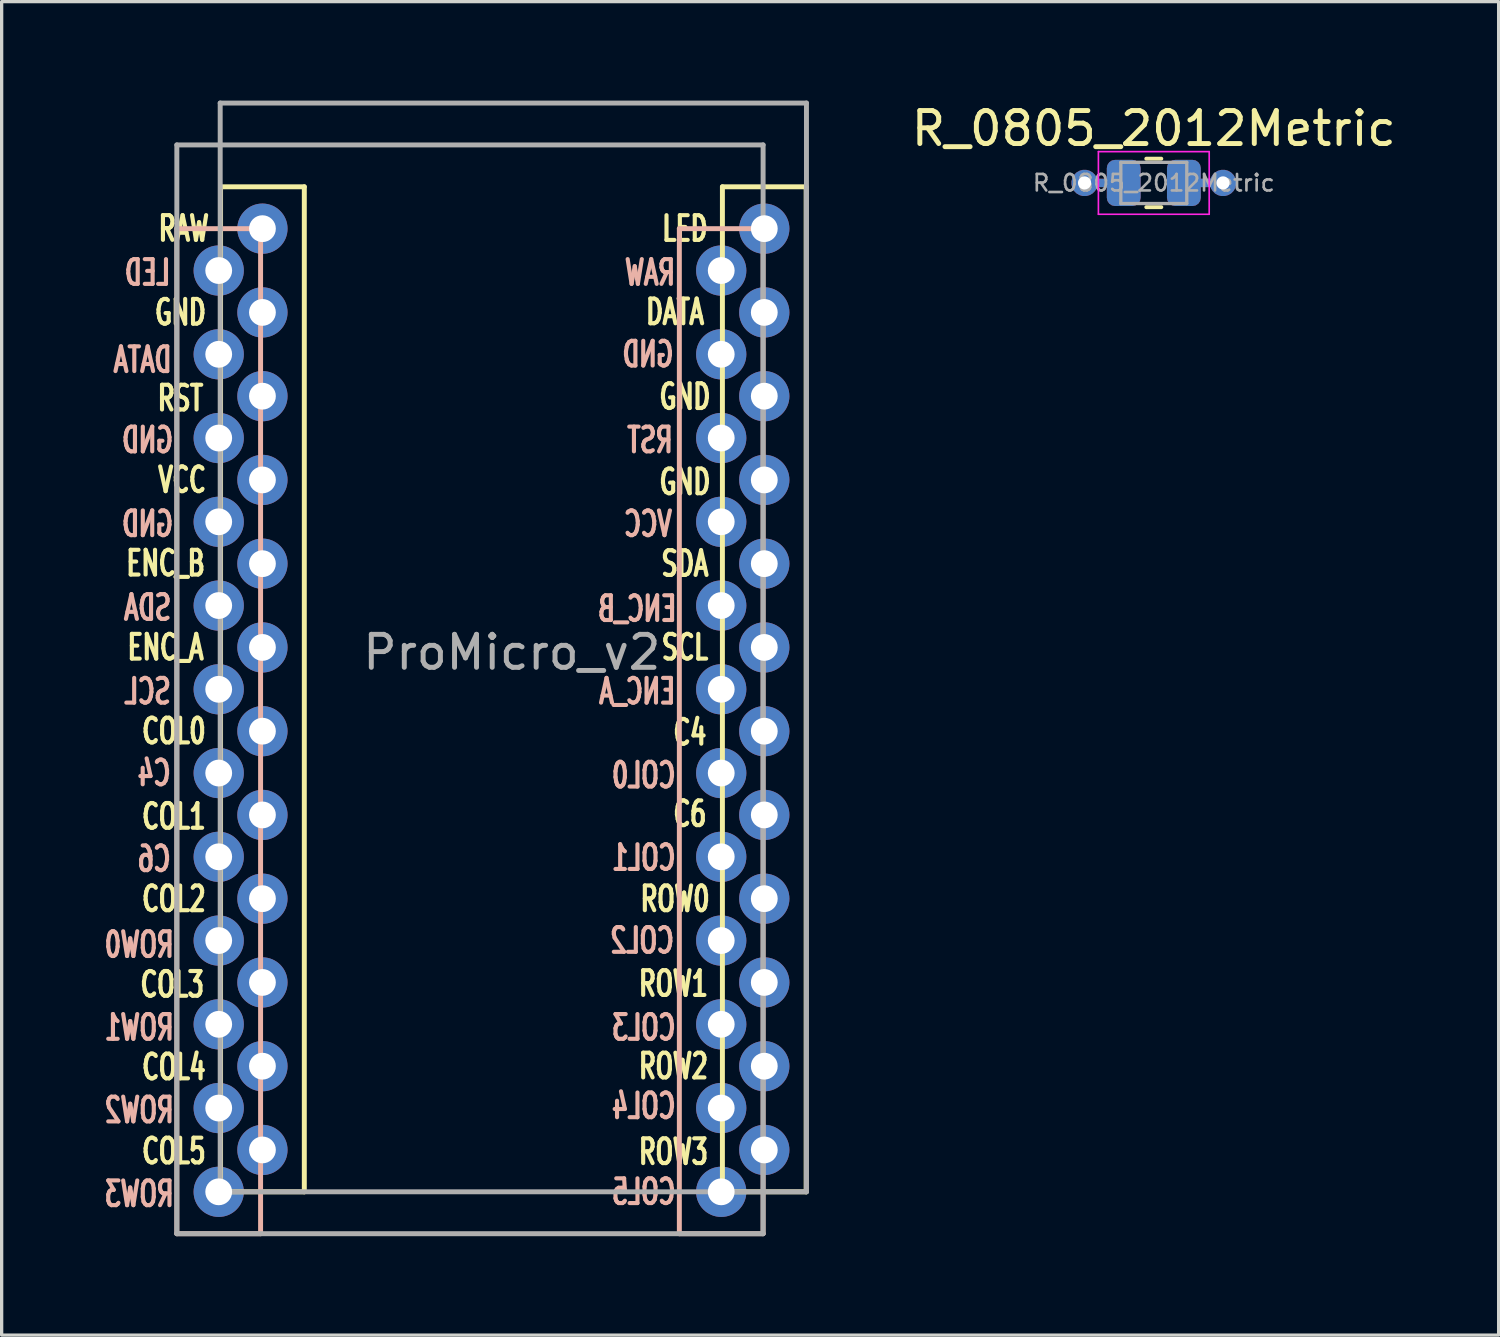
<source format=kicad_pcb>
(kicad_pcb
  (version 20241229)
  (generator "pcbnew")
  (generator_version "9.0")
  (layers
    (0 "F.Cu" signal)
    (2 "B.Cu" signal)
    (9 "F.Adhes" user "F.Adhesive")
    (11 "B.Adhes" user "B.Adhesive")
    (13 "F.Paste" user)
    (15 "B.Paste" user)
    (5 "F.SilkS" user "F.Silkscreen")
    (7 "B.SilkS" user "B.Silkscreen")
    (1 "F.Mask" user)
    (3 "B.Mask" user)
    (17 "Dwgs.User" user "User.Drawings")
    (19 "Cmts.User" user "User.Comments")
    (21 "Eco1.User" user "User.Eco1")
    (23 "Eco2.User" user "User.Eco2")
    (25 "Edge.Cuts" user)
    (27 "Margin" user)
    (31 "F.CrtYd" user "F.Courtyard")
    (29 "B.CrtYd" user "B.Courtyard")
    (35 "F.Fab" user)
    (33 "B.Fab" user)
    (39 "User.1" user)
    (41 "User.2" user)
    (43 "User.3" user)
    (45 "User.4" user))
  (footprint "R_0805_2012Metric"
    (layer "F.Cu")
    (at 31.942 2.498)
    (property "Reference" "R_0805_2012Metric" (at 0 -1.65 0) (layer "F.SilkS") (effects (font (size 1 1) (thickness 0.15))))
    (attr smd)
    (fp_line (start -0.227 -0.735) (end 0.227 -0.735) (stroke (width 0.12) (type solid)) (layer "F.SilkS"))
    (fp_line (start -0.227 0.735) (end 0.227 0.735) (stroke (width 0.12) (type solid)) (layer "F.SilkS"))
    (fp_line (start -1.68 -0.95) (end 1.68 -0.95) (stroke (width 0.05) (type solid)) (layer "F.CrtYd"))
    (fp_line (start -1.68 0.95) (end -1.68 -0.95) (stroke (width 0.05) (type solid)) (layer "F.CrtYd"))
    (fp_line (start 1.68 -0.95) (end 1.68 0.95) (stroke (width 0.05) (type solid)) (layer "F.CrtYd"))
    (fp_line (start 1.68 0.95) (end -1.68 0.95) (stroke (width 0.05) (type solid)) (layer "F.CrtYd"))
    (fp_line (start -1 -0.625) (end 1 -0.625) (stroke (width 0.1) (type solid)) (layer "F.Fab"))
    (fp_line (start -1 0.625) (end -1 -0.625) (stroke (width 0.1) (type solid)) (layer "F.Fab"))
    (fp_line (start 1 -0.625) (end 1 0.625) (stroke (width 0.1) (type solid)) (layer "F.Fab"))
    (fp_line (start 1 0.625) (end -1 0.625) (stroke (width 0.1) (type solid)) (layer "F.Fab"))
    (fp_text user "${REFERENCE}" (at 0 0 0) (layer "F.Fab") (effects (font (size 0.5 0.5) (thickness 0.08))))
    (pad "1" thru_hole custom (at -2.1 0) (size 0.8 0.8) (drill 0.4) (layers "*.Cu") (options (anchor circle)) (primitives (gr_line (start 1.188 0) (end 0 0) (width 0.254))))
    (pad "1" connect roundrect (at -0.912 0) (size 1.025 1.4) (layers "F.Cu" "F.Mask") (roundrect_rratio 0.244))
    (pad "1" smd roundrect (at -0.912 0) (size 1.025 1.4) (layers "B.Cu" "B.Mask" "B.Paste") (roundrect_rratio 0.244))
    (pad "2" smd roundrect (at 0.912 0) (size 1.025 1.4) (layers "F.Cu" "F.Mask" "F.Paste") (roundrect_rratio 0.244))
    (pad "2" smd roundrect (at 0.912 0) (size 1.025 1.4) (layers "B.Cu" "B.Mask" "B.Paste") (roundrect_rratio 0.244))
    (pad "2" thru_hole custom (at 2.1 0) (size 0.8 0.8) (drill 0.4) (layers "*.Cu") (options (anchor circle)) (primitives (gr_line (start -1.188 0) (end 0 0) (width 0.254)))))
  (footprint "ProMicro_v2"
    (layer "F.Cu")
    (at 12.473 18.363)
    (property "Reference" "ProMicro_v2" (at 0 -1.63 0) (layer "F.Fab") (effects (font (size 1 1) (thickness 0.15))))
    (attr through_hole)
    (fp_line (start -8.834 -15.748) (end -6.294 -15.748) (stroke (width 0.15) (type solid)) (layer "F.SilkS"))
    (fp_line (start -8.834 14.732) (end -8.834 -15.748) (stroke (width 0.15) (type solid)) (layer "F.SilkS"))
    (fp_line (start -6.294 -15.748) (end -6.294 14.732) (stroke (width 0.15) (type solid)) (layer "F.SilkS"))
    (fp_line (start -6.294 14.732) (end -8.834 14.732) (stroke (width 0.15) (type solid)) (layer "F.SilkS"))
    (fp_line (start 6.386 -15.748) (end 8.926 -15.748) (stroke (width 0.15) (type solid)) (layer "F.SilkS"))
    (fp_line (start 6.386 14.732) (end 6.386 -15.748) (stroke (width 0.15) (type solid)) (layer "F.SilkS"))
    (fp_line (start 8.926 -15.748) (end 8.926 14.732) (stroke (width 0.15) (type solid)) (layer "F.SilkS"))
    (fp_line (start 8.926 14.732) (end 6.386 14.732) (stroke (width 0.15) (type solid)) (layer "F.SilkS"))
    (fp_line (start -10.16 -14.478) (end -7.62 -14.478) (stroke (width 0.15) (type solid)) (layer "B.SilkS"))
    (fp_line (start -10.16 16.002) (end -10.16 -14.478) (stroke (width 0.15) (type solid)) (layer "B.SilkS"))
    (fp_line (start -7.62 -14.478) (end -7.62 16.002) (stroke (width 0.15) (type solid)) (layer "B.SilkS"))
    (fp_line (start -7.62 16.002) (end -10.16 16.002) (stroke (width 0.15) (type solid)) (layer "B.SilkS"))
    (fp_line (start 5.08 -14.478) (end 7.62 -14.478) (stroke (width 0.15) (type solid)) (layer "B.SilkS"))
    (fp_line (start 5.08 16.002) (end 5.08 -14.478) (stroke (width 0.15) (type solid)) (layer "B.SilkS"))
    (fp_line (start 7.62 -14.478) (end 7.62 16.002) (stroke (width 0.15) (type solid)) (layer "B.SilkS"))
    (fp_line (start 7.62 16.002) (end 5.08 16.002) (stroke (width 0.15) (type solid)) (layer "B.SilkS"))
    (fp_line (start -10.16 -17.018) (end 7.62 -17.018) (stroke (width 0.15) (type solid)) (layer "F.Fab"))
    (fp_line (start -10.16 16.002) (end -10.16 -17.018) (stroke (width 0.15) (type solid)) (layer "F.Fab"))
    (fp_line (start -8.845 -18.288) (end 8.935 -18.288) (stroke (width 0.15) (type solid)) (layer "F.Fab"))
    (fp_line (start -8.845 14.732) (end -8.845 -18.288) (stroke (width 0.15) (type solid)) (layer "F.Fab"))
    (fp_line (start 7.62 -17.018) (end 7.62 16.002) (stroke (width 0.15) (type solid)) (layer "F.Fab"))
    (fp_line (start 7.62 16.002) (end -10.16 16.002) (stroke (width 0.15) (type solid)) (layer "F.Fab"))
    (fp_line (start 8.935 -18.288) (end 8.935 14.732) (stroke (width 0.15) (type solid)) (layer "F.Fab"))
    (fp_line (start 8.935 14.732) (end -8.845 14.732) (stroke (width 0.15) (type solid)) (layer "F.Fab"))
    (fp_text user "ROW0" (at 4.95 5.85 0) (layer "F.SilkS") (effects (font (size 0.75 0.5) (thickness 0.125))))
    (fp_text user "ROW2" (at 4.9 10.922 0) (layer "F.SilkS") (effects (font (size 0.75 0.5) (thickness 0.125))))
    (fp_text user "GND" (at 5.25 -9.38 0) (layer "F.SilkS") (effects (font (size 0.75 0.5) (thickness 0.125))))
    (fp_text user "SCL" (at 5.25 -1.78 0) (layer "F.SilkS") (effects (font (size 0.75 0.5) (thickness 0.125))))
    (fp_text user "COL2" (at -10.25 5.85 0) (layer "F.SilkS") (effects (font (size 0.75 0.5) (thickness 0.125))))
    (fp_text user "C4" (at 5.4 0.8 0) (layer "F.SilkS") (effects (font (size 0.75 0.5) (thickness 0.125))))
    (fp_text user "C6" (at 5.4 3.27 0) (layer "F.SilkS") (effects (font (size 0.75 0.5) (thickness 0.125))))
    (fp_text user "VCC" (at -10 -6.858 0) (layer "F.SilkS") (effects (font (size 0.75 0.5) (thickness 0.125))))
    (fp_text user "GND" (at -10.05 -11.938 0) (layer "F.SilkS") (effects (font (size 0.75 0.5) (thickness 0.125))))
    (fp_text user "COL5" (at -10.25 13.5 0) (layer "F.SilkS") (effects (font (size 0.75 0.5) (thickness 0.125))))
    (fp_text user "GND" (at 5.25 -6.795 0) (layer "F.SilkS") (effects (font (size 0.75 0.5) (thickness 0.125))))
    (fp_text user "COL4" (at -10.25 10.95 0) (layer "F.SilkS") (effects (font (size 0.75 0.5) (thickness 0.125))))
    (fp_text user "DATA" (at 4.95 -11.95 0) (layer "F.SilkS") (effects (font (size 0.75 0.5) (thickness 0.125))))
    (fp_text user "ENC_B" (at -10.5 -4.33 0) (layer "F.SilkS") (effects (font (size 0.75 0.5) (thickness 0.125))))
    (fp_text user "COL1" (at -10.25 3.35 0) (layer "F.SilkS") (effects (font (size 0.75 0.5) (thickness 0.125))))
    (fp_text user "" (at -0.5 -17.25 0) (layer "F.SilkS") (effects (font (size 1 1) (thickness 0.15))))
    (fp_text user "ENC_A" (at -10.5 -1.78 0) (layer "F.SilkS") (effects (font (size 0.75 0.5) (thickness 0.125))))
    (fp_text user "LED" (at 5.25 -14.478 0) (layer "F.SilkS") (effects (font (size 0.75 0.5) (thickness 0.125))))
    (fp_text user "COL3" (at -10.3 8.445 0) (layer "F.SilkS") (effects (font (size 0.75 0.5) (thickness 0.125))))
    (fp_text user "COL0" (at -10.25 0.762 0) (layer "F.SilkS") (effects (font (size 0.75 0.5) (thickness 0.125))))
    (fp_text user "RST" (at -10.05 -9.335 0) (layer "F.SilkS") (effects (font (size 0.75 0.5) (thickness 0.125))))
    (fp_text user "ROW1" (at 4.9 8.42 0) (layer "F.SilkS") (effects (font (size 0.75 0.5) (thickness 0.125))))
    (fp_text user "ROW3" (at 4.9 13.52 0) (layer "F.SilkS") (effects (font (size 0.75 0.5) (thickness 0.125))))
    (fp_text user "RAW" (at -9.95 -14.48 0) (layer "F.SilkS") (effects (font (size 0.75 0.5) (thickness 0.125))))
    (fp_text user "SDA" (at 5.25 -4.318 0) (layer "F.SilkS") (effects (font (size 0.75 0.5) (thickness 0.125))))
    (fp_text user "COL2" (at 3.95 7.112 0) (layer "B.SilkS") (effects (font (size 0.75 0.5) (thickness 0.125)) (justify mirror)))
    (fp_text user "ROW1" (at -11.3 9.75 0) (layer "B.SilkS") (effects (font (size 0.75 0.5) (thickness 0.125)) (justify mirror)))
    (fp_text user "C4" (at -10.85 2.032 0) (layer "B.SilkS") (effects (font (size 0.75 0.5) (thickness 0.125)) (justify mirror)))
    (fp_text user "SDA" (at -11.049 -2.985 0) (layer "B.SilkS") (effects (font (size 0.75 0.5) (thickness 0.125)) (justify mirror)))
    (fp_text user "COL0" (at 4 2.1 0) (layer "B.SilkS") (effects (font (size 0.75 0.5) (thickness 0.125)) (justify mirror)))
    (fp_text user "C6" (at -10.85 4.636 0) (layer "B.SilkS") (effects (font (size 0.75 0.5) (thickness 0.125)) (justify mirror)))
    (fp_text user "COL1" (at 4 4.6 0) (layer "B.SilkS") (effects (font (size 0.75 0.5) (thickness 0.125)) (justify mirror)))
    (fp_text user "ENC_B" (at 3.8 -2.95 0) (layer "B.SilkS") (effects (font (size 0.75 0.5) (thickness 0.125)) (justify mirror)))
    (fp_text user "ROW0" (at -11.3 7.239 0) (layer "B.SilkS") (effects (font (size 0.75 0.5) (thickness 0.125)) (justify mirror)))
    (fp_text user "COL4" (at 4 12.129 0) (layer "B.SilkS") (effects (font (size 0.75 0.5) (thickness 0.125)) (justify mirror)))
    (fp_text user "ROW2" (at -11.3 12.255 0) (layer "B.SilkS") (effects (font (size 0.75 0.5) (thickness 0.125)) (justify mirror)))
    (fp_text user "VCC" (at 4.128 -5.524 0) (layer "B.SilkS") (effects (font (size 0.75 0.5) (thickness 0.125)) (justify mirror)))
    (fp_text user "COL3" (at 4 9.75 0) (layer "B.SilkS") (effects (font (size 0.75 0.5) (thickness 0.125)) (justify mirror)))
    (fp_text user "SCL" (at -11.049 -0.445 0) (layer "B.SilkS") (effects (font (size 0.75 0.5) (thickness 0.125)) (justify mirror)))
    (fp_text user "DATA" (at -11.2 -10.5 0) (layer "B.SilkS") (effects (font (size 0.75 0.5) (thickness 0.125)) (justify mirror)))
    (fp_text user "GND" (at -11.049 -5.524 0) (layer "B.SilkS") (effects (font (size 0.75 0.5) (thickness 0.125)) (justify mirror)))
    (fp_text user "ROW3" (at -11.3 14.796 0) (layer "B.SilkS") (effects (font (size 0.75 0.5) (thickness 0.125)) (justify mirror)))
    (fp_text user "GND" (at 4.128 -10.668 0) (layer "B.SilkS") (effects (font (size 0.75 0.5) (thickness 0.125)) (justify mirror)))
    (fp_text user "LED" (at -11.049 -13.145 0) (layer "B.SilkS") (effects (font (size 0.75 0.5) (thickness 0.125)) (justify mirror)))
    (fp_text user "ENC_A" (at 3.8 -0.445 0) (layer "B.SilkS") (effects (font (size 0.75 0.5) (thickness 0.125)) (justify mirror)))
    (fp_text user "RAW" (at 4.191 -13.145 0) (layer "B.SilkS") (effects (font (size 0.75 0.5) (thickness 0.125)) (justify mirror)))
    (fp_text user "COL5" (at 4 14.732 0) (layer "B.SilkS") (effects (font (size 0.75 0.5) (thickness 0.125)) (justify mirror)))
    (fp_text user "GND" (at -11.049 -8.065 0) (layer "B.SilkS") (effects (font (size 0.75 0.5) (thickness 0.125)) (justify mirror)))
    (fp_text user "" (at -1.206 -16.256 0) (layer "B.SilkS") (effects (font (size 1 1) (thickness 0.15)) (justify mirror)))
    (fp_text user "RST" (at 4.191 -8.065 0) (layer "B.SilkS") (effects (font (size 0.75 0.5) (thickness 0.125)) (justify mirror)))
    (pad "1" thru_hole circle (at -8.89 -13.208) (size 1.524 1.524) (drill 0.813) (layers "*.Cu" "F.Mask"))
    (pad "1" thru_hole circle (at 7.656 -14.478) (size 1.524 1.524) (drill 0.813) (layers "*.Cu" "B.Mask"))
    (pad "2" thru_hole circle (at -8.89 -10.668) (size 1.524 1.524) (drill 0.813) (layers "*.Cu" "F.Mask"))
    (pad "2" thru_hole circle (at 7.656 -11.938) (size 1.524 1.524) (drill 0.813) (layers "*.Cu" "B.Mask"))
    (pad "3" thru_hole circle (at -8.89 -8.128) (size 1.524 1.524) (drill 0.813) (layers "*.Cu" "F.Mask"))
    (pad "3" thru_hole circle (at 7.656 -9.398) (size 1.524 1.524) (drill 0.813) (layers "*.Cu" "B.Mask"))
    (pad "4" thru_hole circle (at -8.89 -5.588) (size 1.524 1.524) (drill 0.813) (layers "*.Cu" "F.Mask"))
    (pad "4" thru_hole circle (at 7.656 -6.858) (size 1.524 1.524) (drill 0.813) (layers "*.Cu" "B.Mask"))
    (pad "5" thru_hole circle (at -8.89 -3.048) (size 1.524 1.524) (drill 0.813) (layers "*.Cu" "F.Mask"))
    (pad "5" thru_hole circle (at 7.656 -4.318) (size 1.524 1.524) (drill 0.813) (layers "*.Cu" "B.Mask"))
    (pad "6" thru_hole circle (at -8.89 -0.508) (size 1.524 1.524) (drill 0.813) (layers "*.Cu" "F.Mask"))
    (pad "6" thru_hole circle (at 7.656 -1.778) (size 1.524 1.524) (drill 0.813) (layers "*.Cu" "B.Mask"))
    (pad "7" thru_hole circle (at -8.89 2.032) (size 1.524 1.524) (drill 0.813) (layers "*.Cu" "F.Mask"))
    (pad "7" thru_hole circle (at 7.656 0.762) (size 1.524 1.524) (drill 0.813) (layers "*.Cu" "B.Mask"))
    (pad "8" thru_hole circle (at -8.89 4.572) (size 1.524 1.524) (drill 0.813) (layers "*.Cu" "F.Mask"))
    (pad "8" thru_hole circle (at 7.656 3.302) (size 1.524 1.524) (drill 0.813) (layers "*.Cu" "B.Mask"))
    (pad "9" thru_hole circle (at -8.89 7.112) (size 1.524 1.524) (drill 0.813) (layers "*.Cu" "F.Mask"))
    (pad "9" thru_hole circle (at 7.656 5.842) (size 1.524 1.524) (drill 0.813) (layers "*.Cu" "B.Mask"))
    (pad "10" thru_hole circle (at -8.89 9.652) (size 1.524 1.524) (drill 0.813) (layers "*.Cu" "F.Mask"))
    (pad "10" thru_hole circle (at 7.656 8.382) (size 1.524 1.524) (drill 0.813) (layers "*.Cu" "B.Mask"))
    (pad "11" thru_hole circle (at -8.89 12.192) (size 1.524 1.524) (drill 0.813) (layers "*.Cu" "F.Mask"))
    (pad "11" thru_hole circle (at 7.656 10.922) (size 1.524 1.524) (drill 0.813) (layers "*.Cu" "B.Mask"))
    (pad "12" thru_hole circle (at -8.89 14.732) (size 1.524 1.524) (drill 0.813) (layers "*.Cu" "F.Mask"))
    (pad "12" thru_hole circle (at 7.656 13.462) (size 1.524 1.524) (drill 0.813) (layers "*.Cu" "B.Mask"))
    (pad "13" thru_hole circle (at -7.564 13.462) (size 1.524 1.524) (drill 0.813) (layers "*.Cu" "B.Mask"))
    (pad "13" thru_hole circle (at 6.35 14.732) (size 1.524 1.524) (drill 0.813) (layers "*.Cu" "F.Mask"))
    (pad "14" thru_hole circle (at -7.564 10.922) (size 1.524 1.524) (drill 0.813) (layers "*.Cu" "B.Mask"))
    (pad "14" thru_hole circle (at 6.35 12.192) (size 1.524 1.524) (drill 0.813) (layers "*.Cu" "F.Mask"))
    (pad "15" thru_hole circle (at -7.564 8.382) (size 1.524 1.524) (drill 0.813) (layers "*.Cu" "B.Mask"))
    (pad "15" thru_hole circle (at 6.35 9.652) (size 1.524 1.524) (drill 0.813) (layers "*.Cu" "F.Mask"))
    (pad "16" thru_hole circle (at -7.564 5.842) (size 1.524 1.524) (drill 0.813) (layers "*.Cu" "B.Mask"))
    (pad "16" thru_hole circle (at 6.35 7.112) (size 1.524 1.524) (drill 0.813) (layers "*.Cu" "F.Mask"))
    (pad "17" thru_hole circle (at -7.564 3.302) (size 1.524 1.524) (drill 0.813) (layers "*.Cu" "B.Mask"))
    (pad "17" thru_hole circle (at 6.35 4.572) (size 1.524 1.524) (drill 0.813) (layers "*.Cu" "F.Mask"))
    (pad "18" thru_hole circle (at -7.564 0.762) (size 1.524 1.524) (drill 0.813) (layers "*.Cu" "B.Mask"))
    (pad "18" thru_hole circle (at 6.35 2.032) (size 1.524 1.524) (drill 0.813) (layers "*.Cu" "F.Mask"))
    (pad "19" thru_hole circle (at -7.564 -1.778) (size 1.524 1.524) (drill 0.813) (layers "*.Cu" "B.Mask"))
    (pad "19" thru_hole circle (at 6.35 -0.508) (size 1.524 1.524) (drill 0.813) (layers "*.Cu" "F.Mask"))
    (pad "20" thru_hole circle (at -7.564 -4.318) (size 1.524 1.524) (drill 0.813) (layers "*.Cu" "B.Mask"))
    (pad "20" thru_hole circle (at 6.35 -3.048) (size 1.524 1.524) (drill 0.813) (layers "*.Cu" "F.Mask"))
    (pad "21" thru_hole circle (at -7.564 -6.858) (size 1.524 1.524) (drill 0.813) (layers "*.Cu" "B.Mask"))
    (pad "21" thru_hole circle (at 6.35 -5.588) (size 1.524 1.524) (drill 0.813) (layers "*.Cu" "F.Mask"))
    (pad "22" thru_hole circle (at -7.564 -9.398) (size 1.524 1.524) (drill 0.813) (layers "*.Cu" "B.Mask"))
    (pad "22" thru_hole circle (at 6.35 -8.128) (size 1.524 1.524) (drill 0.813) (layers "*.Cu" "F.Mask"))
    (pad "23" thru_hole circle (at -7.564 -11.938) (size 1.524 1.524) (drill 0.813) (layers "*.Cu" "B.Mask"))
    (pad "23" thru_hole circle (at 6.35 -10.668) (size 1.524 1.524) (drill 0.813) (layers "*.Cu" "F.Mask"))
    (pad "24" thru_hole circle (at -7.564 -14.478) (size 1.524 1.524) (drill 0.813) (layers "*.Cu" "B.Mask"))
    (pad "24" thru_hole circle (at 6.35 -13.208) (size 1.524 1.524) (drill 0.813) (layers "*.Cu" "F.Mask")))
  (gr_rect
    (start -3 -3)
    (end 42.4 37.44)
    (stroke (width 0.1) (type default))
    (fill no)
    (layer "Edge.Cuts")))
</source>
